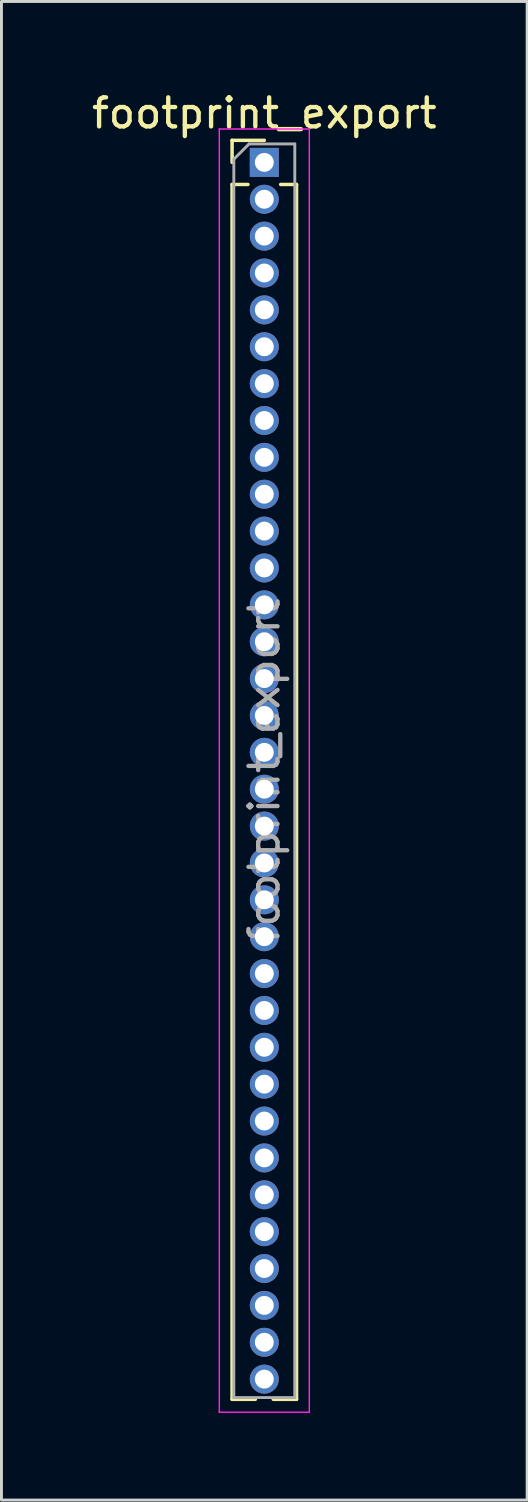
<source format=kicad_pcb>
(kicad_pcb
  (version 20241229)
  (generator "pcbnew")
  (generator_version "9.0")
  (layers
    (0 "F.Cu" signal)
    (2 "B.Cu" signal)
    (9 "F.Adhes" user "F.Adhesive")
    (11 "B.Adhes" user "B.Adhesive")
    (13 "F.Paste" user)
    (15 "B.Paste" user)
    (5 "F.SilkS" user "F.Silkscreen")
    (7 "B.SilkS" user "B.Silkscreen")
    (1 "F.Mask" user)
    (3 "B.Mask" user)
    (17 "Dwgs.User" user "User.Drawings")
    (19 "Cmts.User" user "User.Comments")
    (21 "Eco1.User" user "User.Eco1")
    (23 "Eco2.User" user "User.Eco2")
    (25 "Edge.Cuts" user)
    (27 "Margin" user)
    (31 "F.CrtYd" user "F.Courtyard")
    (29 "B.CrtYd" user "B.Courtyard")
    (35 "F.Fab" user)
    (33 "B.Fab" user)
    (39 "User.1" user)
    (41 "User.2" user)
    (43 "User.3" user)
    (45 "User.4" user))
  (footprint "footprint_export"
    (layer "F.Cu")
    (at 6.054 2.543)
    (property "Reference" "footprint_export" (at 0 -1.695 0) (layer "F.SilkS") (effects (font (size 1 1) (thickness 0.15))))
    (attr through_hole)
    (fp_line (start -1.11 -0.76) (end 0 -0.76) (stroke (width 0.12) (type solid)) (layer "F.SilkS"))
    (fp_line (start -1.11 0) (end -1.11 -0.76) (stroke (width 0.12) (type solid)) (layer "F.SilkS"))
    (fp_line (start -1.11 0.76) (end -1.11 42.605) (stroke (width 0.12) (type solid)) (layer "F.SilkS"))
    (fp_line (start -1.11 0.76) (end -0.563 0.76) (stroke (width 0.12) (type solid)) (layer "F.SilkS"))
    (fp_line (start -1.11 42.605) (end -0.308 42.605) (stroke (width 0.12) (type solid)) (layer "F.SilkS"))
    (fp_line (start 0.308 42.605) (end 1.11 42.605) (stroke (width 0.12) (type solid)) (layer "F.SilkS"))
    (fp_line (start 0.563 0.76) (end 1.11 0.76) (stroke (width 0.12) (type solid)) (layer "F.SilkS"))
    (fp_line (start 1.11 0.76) (end 1.11 42.605) (stroke (width 0.12) (type solid)) (layer "F.SilkS"))
    (fp_line (start -1.55 -1.15) (end -1.55 43.05) (stroke (width 0.05) (type solid)) (layer "F.CrtYd"))
    (fp_line (start -1.55 43.05) (end 1.55 43.05) (stroke (width 0.05) (type solid)) (layer "F.CrtYd"))
    (fp_line (start 1.55 -1.15) (end -1.55 -1.15) (stroke (width 0.05) (type solid)) (layer "F.CrtYd"))
    (fp_line (start 1.55 43.05) (end 1.55 -1.15) (stroke (width 0.05) (type solid)) (layer "F.CrtYd"))
    (fp_line (start -1.05 -0.11) (end -0.525 -0.635) (stroke (width 0.1) (type solid)) (layer "F.Fab"))
    (fp_line (start -1.05 42.545) (end -1.05 -0.11) (stroke (width 0.1) (type solid)) (layer "F.Fab"))
    (fp_line (start -0.525 -0.635) (end 1.05 -0.635) (stroke (width 0.1) (type solid)) (layer "F.Fab"))
    (fp_line (start 1.05 -0.635) (end 1.05 42.545) (stroke (width 0.1) (type solid)) (layer "F.Fab"))
    (fp_line (start 1.05 42.545) (end -1.05 42.545) (stroke (width 0.1) (type solid)) (layer "F.Fab"))
    (fp_text user "${REFERENCE}" (at 0 20.955 90) (layer "F.Fab") (effects (font (size 1 1) (thickness 0.15))))
    (pad "1" thru_hole rect (at 0 0) (size 1 1) (drill 0.65) (layers "*.Cu" "*.Mask"))
    (pad "2" thru_hole oval (at 0 1.27) (size 1 1) (drill 0.65) (layers "*.Cu" "*.Mask"))
    (pad "3" thru_hole oval (at 0 2.54) (size 1 1) (drill 0.65) (layers "*.Cu" "*.Mask"))
    (pad "4" thru_hole oval (at 0 3.81) (size 1 1) (drill 0.65) (layers "*.Cu" "*.Mask"))
    (pad "5" thru_hole oval (at 0 5.08) (size 1 1) (drill 0.65) (layers "*.Cu" "*.Mask"))
    (pad "6" thru_hole oval (at 0 6.35) (size 1 1) (drill 0.65) (layers "*.Cu" "*.Mask"))
    (pad "7" thru_hole oval (at 0 7.62) (size 1 1) (drill 0.65) (layers "*.Cu" "*.Mask"))
    (pad "8" thru_hole oval (at 0 8.89) (size 1 1) (drill 0.65) (layers "*.Cu" "*.Mask"))
    (pad "9" thru_hole oval (at 0 10.16) (size 1 1) (drill 0.65) (layers "*.Cu" "*.Mask"))
    (pad "10" thru_hole oval (at 0 11.43) (size 1 1) (drill 0.65) (layers "*.Cu" "*.Mask"))
    (pad "11" thru_hole oval (at 0 12.7) (size 1 1) (drill 0.65) (layers "*.Cu" "*.Mask"))
    (pad "12" thru_hole oval (at 0 13.97) (size 1 1) (drill 0.65) (layers "*.Cu" "*.Mask"))
    (pad "13" thru_hole oval (at 0 15.24) (size 1 1) (drill 0.65) (layers "*.Cu" "*.Mask"))
    (pad "14" thru_hole oval (at 0 16.51) (size 1 1) (drill 0.65) (layers "*.Cu" "*.Mask"))
    (pad "15" thru_hole oval (at 0 17.78) (size 1 1) (drill 0.65) (layers "*.Cu" "*.Mask"))
    (pad "16" thru_hole oval (at 0 19.05) (size 1 1) (drill 0.65) (layers "*.Cu" "*.Mask"))
    (pad "17" thru_hole oval (at 0 20.32) (size 1 1) (drill 0.65) (layers "*.Cu" "*.Mask"))
    (pad "18" thru_hole oval (at 0 21.59) (size 1 1) (drill 0.65) (layers "*.Cu" "*.Mask"))
    (pad "19" thru_hole oval (at 0 22.86) (size 1 1) (drill 0.65) (layers "*.Cu" "*.Mask"))
    (pad "20" thru_hole oval (at 0 24.13) (size 1 1) (drill 0.65) (layers "*.Cu" "*.Mask"))
    (pad "21" thru_hole oval (at 0 25.4) (size 1 1) (drill 0.65) (layers "*.Cu" "*.Mask"))
    (pad "22" thru_hole oval (at 0 26.67) (size 1 1) (drill 0.65) (layers "*.Cu" "*.Mask"))
    (pad "23" thru_hole oval (at 0 27.94) (size 1 1) (drill 0.65) (layers "*.Cu" "*.Mask"))
    (pad "24" thru_hole oval (at 0 29.21) (size 1 1) (drill 0.65) (layers "*.Cu" "*.Mask"))
    (pad "25" thru_hole oval (at 0 30.48) (size 1 1) (drill 0.65) (layers "*.Cu" "*.Mask"))
    (pad "26" thru_hole oval (at 0 31.75) (size 1 1) (drill 0.65) (layers "*.Cu" "*.Mask"))
    (pad "27" thru_hole oval (at 0 33.02) (size 1 1) (drill 0.65) (layers "*.Cu" "*.Mask"))
    (pad "28" thru_hole oval (at 0 34.29) (size 1 1) (drill 0.65) (layers "*.Cu" "*.Mask"))
    (pad "29" thru_hole oval (at 0 35.56) (size 1 1) (drill 0.65) (layers "*.Cu" "*.Mask"))
    (pad "30" thru_hole oval (at 0 36.83) (size 1 1) (drill 0.65) (layers "*.Cu" "*.Mask"))
    (pad "31" thru_hole oval (at 0 38.1) (size 1 1) (drill 0.65) (layers "*.Cu" "*.Mask"))
    (pad "32" thru_hole oval (at 0 39.37) (size 1 1) (drill 0.65) (layers "*.Cu" "*.Mask"))
    (pad "33" thru_hole oval (at 0 40.64) (size 1 1) (drill 0.65) (layers "*.Cu" "*.Mask"))
    (pad "34" thru_hole oval (at 0 41.91) (size 1 1) (drill 0.65) (layers "*.Cu" "*.Mask")))
  (gr_rect
    (start -3 -3)
    (end 15.107 48.618)
    (stroke (width 0.1) (type default))
    (fill no)
    (layer "Edge.Cuts")))
</source>
